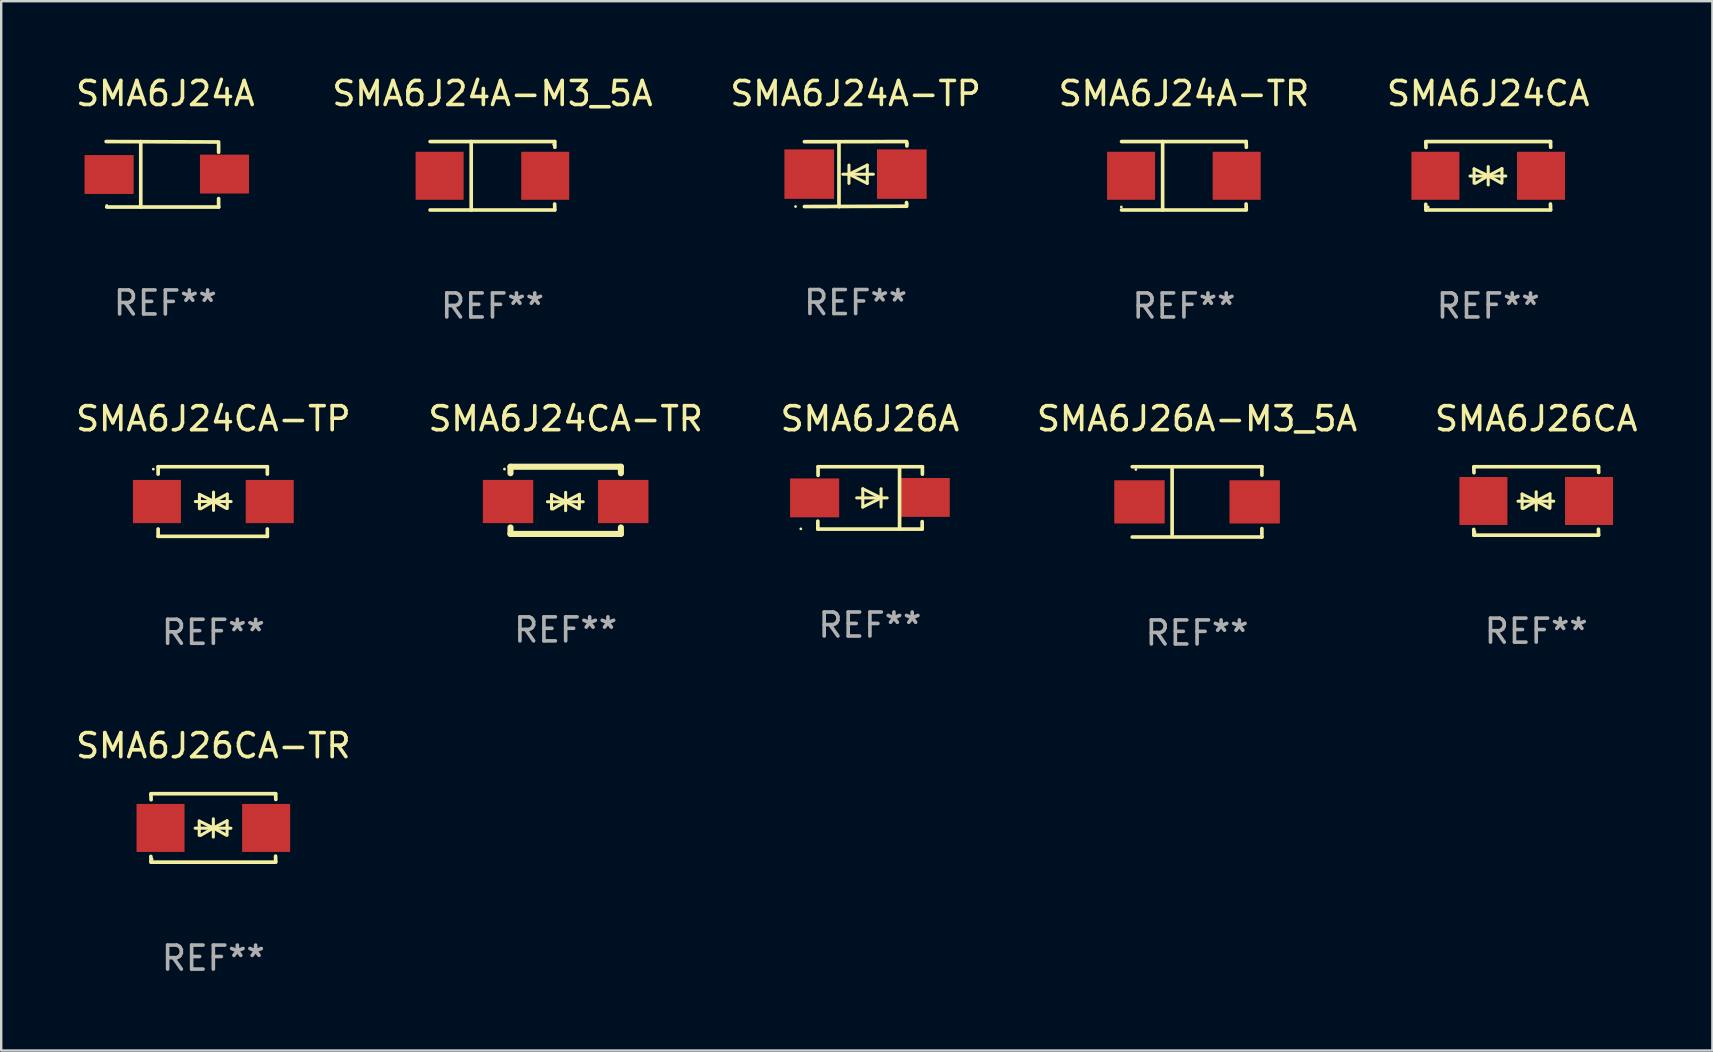
<source format=kicad_pcb>
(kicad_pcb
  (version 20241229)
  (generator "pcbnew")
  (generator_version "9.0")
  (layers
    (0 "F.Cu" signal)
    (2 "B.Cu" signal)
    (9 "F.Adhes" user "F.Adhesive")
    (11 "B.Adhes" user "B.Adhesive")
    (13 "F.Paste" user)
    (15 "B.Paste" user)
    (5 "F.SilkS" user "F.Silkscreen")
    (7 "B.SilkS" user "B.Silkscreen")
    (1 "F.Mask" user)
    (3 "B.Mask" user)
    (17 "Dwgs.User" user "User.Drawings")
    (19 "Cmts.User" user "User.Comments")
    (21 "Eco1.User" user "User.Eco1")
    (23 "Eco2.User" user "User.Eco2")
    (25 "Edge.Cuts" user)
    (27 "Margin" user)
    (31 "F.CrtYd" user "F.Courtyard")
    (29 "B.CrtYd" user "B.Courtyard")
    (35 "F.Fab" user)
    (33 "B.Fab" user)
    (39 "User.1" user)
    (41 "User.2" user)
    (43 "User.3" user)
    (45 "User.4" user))
  (footprint "SMA6J26A-M3_5A"
    (layer "F.Cu")
    (at 46.827 17.861)
    (property "Reference" "SMA6J26A-M3_5A" (at 0 -3.464 0) (layer "F.SilkS") (effects (font (size 1 1) (thickness 0.15))))
    (attr through_hole)
    (fp_line (start -2.701 -1.464) (end 2.701 -1.464) (stroke (width 0.152) (type solid)) (layer "F.SilkS"))
    (fp_line (start -2.701 1.464) (end 2.701 1.464) (stroke (width 0.152) (type solid)) (layer "F.SilkS"))
    (fp_line (start -1.039 -1.364) (end -1.039 1.364) (stroke (width 0.152) (type solid)) (layer "F.SilkS"))
    (fp_line (start 2.701 -1.464) (end 2.701 -1.113) (stroke (width 0.152) (type solid)) (layer "F.SilkS"))
    (fp_line (start 2.701 1.464) (end 2.701 1.113) (stroke (width 0.152) (type solid)) (layer "F.SilkS"))
    (fp_circle (center -2.55 -1.35) (end -2.52 -1.35) (stroke (width 0.06) (type solid)) (fill no) (layer "F.SilkS"))
    (fp_text user "REF**" (at 0 5.464 0) (layer "F.Fab") (effects (font (size 1 1) (thickness 0.15))))
    (pad "1" smd rect (at -2.4 0) (size 2.1 1.8) (layers "F.Cu" "F.Mask" "F.Paste"))
    (pad "2" smd rect (at 2.4 0) (size 2.1 1.8) (layers "F.Cu" "F.Mask" "F.Paste")))
  (footprint "SMA6J24A-M3_5A"
    (layer "F.Cu")
    (at 17.47 4.274)
    (property "Reference" "SMA6J24A-M3_5A" (at 0 -3.426 0) (layer "F.SilkS") (effects (font (size 1 1) (thickness 0.15))))
    (attr through_hole)
    (fp_line (start -2.6 -1.426) (end 2.593 -1.426) (stroke (width 0.152) (type solid)) (layer "F.SilkS"))
    (fp_line (start -2.6 1.426) (end 2.593 1.426) (stroke (width 0.152) (type solid)) (layer "F.SilkS"))
    (fp_line (start -0.887 -1.426) (end -0.887 1.426) (stroke (width 0.152) (type solid)) (layer "F.SilkS"))
    (fp_line (start 2.59 1.176) (end 2.597 1.415) (stroke (width 0.152) (type solid)) (layer "F.SilkS"))
    (fp_line (start 2.593 -1.426) (end 2.6 -1.187) (stroke (width 0.152) (type solid)) (layer "F.SilkS"))
    (fp_circle (center 2.547 -1.3) (end 2.577 -1.3) (stroke (width 0.06) (type solid)) (fill no) (layer "F.SilkS"))
    (fp_text user "REF**" (at 0 5.426 0) (layer "F.Fab") (effects (font (size 1 1) (thickness 0.15))))
    (pad "1" smd rect (at 2.197 -0.000025 180) (size 2 2) (layers "F.Cu" "F.Mask" "F.Paste"))
    (pad "2" smd rect (at -2.203 -0.000025 180) (size 2 2) (layers "F.Cu" "F.Mask" "F.Paste")))
  (footprint "SMA6J24A-TR"
    (layer "F.Cu")
    (at 46.28 4.274)
    (property "Reference" "SMA6J24A-TR" (at 0 -3.426 0) (layer "F.SilkS") (effects (font (size 1 1) (thickness 0.15))))
    (attr through_hole)
    (fp_line (start -2.6 -1.426) (end 2.593 -1.426) (stroke (width 0.152) (type solid)) (layer "F.SilkS"))
    (fp_line (start -2.6 1.426) (end 2.593 1.426) (stroke (width 0.152) (type solid)) (layer "F.SilkS"))
    (fp_line (start -0.887 -1.426) (end -0.887 1.426) (stroke (width 0.152) (type solid)) (layer "F.SilkS"))
    (fp_line (start 2.59 1.176) (end 2.597 1.415) (stroke (width 0.152) (type solid)) (layer "F.SilkS"))
    (fp_line (start 2.593 -1.426) (end 2.6 -1.187) (stroke (width 0.152) (type solid)) (layer "F.SilkS"))
    (fp_circle (center -2.608 1.3) (end -2.578 1.3) (stroke (width 0.06) (type solid)) (fill no) (layer "F.SilkS"))
    (fp_text user "REF**" (at 0 5.426 0) (layer "F.Fab") (effects (font (size 1 1) (thickness 0.15))))
    (pad "1" smd rect (at -2.203 0 180) (size 2 2) (layers "F.Cu" "F.Mask" "F.Paste"))
    (pad "2" smd rect (at 2.197 0 180) (size 2 2) (layers "F.Cu" "F.Mask" "F.Paste")))
  (footprint "SMA6J26A"
    (layer "F.Cu")
    (at 33.196 17.696)
    (property "Reference" "SMA6J26A" (at 0 -3.299 0) (layer "F.SilkS") (effects (font (size 1 1) (thickness 0.15))))
    (attr through_hole)
    (fp_line (start -2.17 0.969) (end -2.17 1.299) (stroke (width 0.152) (type solid)) (layer "F.SilkS"))
    (fp_line (start -2.17 1.299) (end 2.177 1.299) (stroke (width 0.152) (type solid)) (layer "F.SilkS"))
    (fp_line (start -2.16 -1.299) (end 2.186 -1.299) (stroke (width 0.152) (type solid)) (layer "F.SilkS"))
    (fp_line (start -2.16 -0.94) (end -2.16 -1.299) (stroke (width 0.152) (type solid)) (layer "F.SilkS"))
    (fp_line (start -0.551 -0.000483) (end 0.719 -0.000483) (stroke (width 0.127) (type solid)) (layer "F.SilkS"))
    (fp_line (start -0.297 -0.381) (end 0.465 -0.000483) (stroke (width 0.127) (type solid)) (layer "F.SilkS"))
    (fp_line (start -0.297 -0.000483) (end -0.297 -0.381) (stroke (width 0.127) (type solid)) (layer "F.SilkS"))
    (fp_line (start -0.297 -0.000483) (end -0.297 0.381) (stroke (width 0.127) (type solid)) (layer "F.SilkS"))
    (fp_line (start -0.297 0.381) (end 0.465 -0.000483) (stroke (width 0.127) (type solid)) (layer "F.SilkS"))
    (fp_line (start 0.465 -0.000483) (end 0.465 -0.381) (stroke (width 0.127) (type solid)) (layer "F.SilkS"))
    (fp_line (start 0.465 -0.000483) (end 0.465 0.381) (stroke (width 0.127) (type solid)) (layer "F.SilkS"))
    (fp_line (start 1.236 -1.299) (end 1.236 1.299) (stroke (width 0.152) (type solid)) (layer "F.SilkS"))
    (fp_line (start 2.177 1.299) (end 2.177 0.988) (stroke (width 0.152) (type solid)) (layer "F.SilkS"))
    (fp_line (start 2.186 -1.299) (end 2.186 -0.987) (stroke (width 0.152) (type solid)) (layer "F.SilkS"))
    (fp_circle (center -2.879 1.289) (end -2.849 1.289) (stroke (width 0.06) (type solid)) (fill no) (layer "F.SilkS"))
    (fp_text user "REF**" (at 0 5.299 0) (layer "F.Fab") (effects (font (size 1 1) (thickness 0.15))))
    (pad "1" smd rect (at -2.304 -0.001) (size 2.046 1.62) (layers "F.Cu" "F.Mask" "F.Paste"))
    (pad "2" smd rect (at 2.304 -0.02 180) (size 2.046 1.62) (layers "F.Cu" "F.Mask" "F.Paste")))
  (footprint "SMA6J24A"
    (layer "F.Cu")
    (at 3.839 4.212)
    (property "Reference" "SMA6J24A" (at 0 -3.364 0) (layer "F.SilkS") (effects (font (size 1 1) (thickness 0.15))))
    (attr through_hole)
    (fp_line (start -2.465 -1.364) (end 2.22 -1.346) (stroke (width 0.152) (type solid)) (layer "F.SilkS"))
    (fp_line (start -2.442 1.364) (end 2.226 1.364) (stroke (width 0.152) (type solid)) (layer "F.SilkS"))
    (fp_line (start -1.024 -1.364) (end -1.024 1.364) (stroke (width 0.152) (type solid)) (layer "F.SilkS"))
    (fp_line (start 2.22 -1.27) (end 2.22 -0.919) (stroke (width 0.152) (type solid)) (layer "F.SilkS"))
    (fp_line (start 2.22 1.364) (end 2.22 1.013) (stroke (width 0.152) (type solid)) (layer "F.SilkS"))
    (fp_circle (center -2.439 1.3) (end -2.409 1.3) (stroke (width 0.06) (type solid)) (fill no) (layer "F.SilkS"))
    (fp_text user "REF**" (at 0 5.364 0) (layer "F.Fab") (effects (font (size 1 1) (thickness 0.15))))
    (pad "1" smd rect (at -2.343 0.009) (size 2.046 1.62) (layers "F.Cu" "F.Mask" "F.Paste"))
    (pad "2" smd rect (at 2.465 -0.009 180) (size 2.046 1.62) (layers "F.Cu" "F.Mask" "F.Paste")))
  (footprint "SMA6J26CA"
    (layer "F.Cu")
    (at 60.958 17.823)
    (property "Reference" "SMA6J26CA" (at 0 -3.426 0) (layer "F.SilkS") (effects (font (size 1 1) (thickness 0.15))))
    (attr through_hole)
    (fp_line (start -2.596 -1.426) (end 2.596 -1.426) (stroke (width 0.152) (type solid)) (layer "F.SilkS"))
    (fp_line (start -2.596 1.426) (end -2.603 1.187) (stroke (width 0.152) (type solid)) (layer "F.SilkS"))
    (fp_line (start -2.596 1.426) (end 2.596 1.426) (stroke (width 0.152) (type solid)) (layer "F.SilkS"))
    (fp_line (start -2.593 -1.176) (end -2.6 -1.415) (stroke (width 0.152) (type solid)) (layer "F.SilkS"))
    (fp_line (start -0.758 0.011) (end 0.732 0.011) (stroke (width 0.127) (type solid)) (layer "F.SilkS"))
    (fp_line (start -0.588 -0.289) (end -0.588 0.311) (stroke (width 0.127) (type solid)) (layer "F.SilkS"))
    (fp_line (start -0.588 -0.289) (end 0 0) (stroke (width 0.127) (type solid)) (layer "F.SilkS"))
    (fp_line (start -0.528 0.311) (end 0 0) (stroke (width 0.127) (type solid)) (layer "F.SilkS"))
    (fp_line (start 0 0) (end 0 -0.381) (stroke (width 0.127) (type solid)) (layer "F.SilkS"))
    (fp_line (start 0 0) (end 0 0.381) (stroke (width 0.127) (type solid)) (layer "F.SilkS"))
    (fp_line (start 0.542 0.301) (end 0 0) (stroke (width 0.127) (type solid)) (layer "F.SilkS"))
    (fp_line (start 0.572 -0.299) (end 0 0) (stroke (width 0.127) (type solid)) (layer "F.SilkS"))
    (fp_line (start 0.572 -0.299) (end 0.572 0.301) (stroke (width 0.127) (type solid)) (layer "F.SilkS"))
    (fp_line (start 2.593 1.176) (end 2.6 1.415) (stroke (width 0.152) (type solid)) (layer "F.SilkS"))
    (fp_line (start 2.596 -1.426) (end 2.603 -1.187) (stroke (width 0.152) (type solid)) (layer "F.SilkS"))
    (fp_circle (center -2.55 1.3) (end -2.52 1.3) (stroke (width 0.06) (type solid)) (fill no) (layer "F.SilkS"))
    (fp_text user "REF**" (at 0 5.426 0) (layer "F.Fab") (effects (font (size 1 1) (thickness 0.15))))
    (pad "1" smd rect (at -2.2 0 180) (size 2 2) (layers "F.Cu" "F.Mask" "F.Paste"))
    (pad "2" smd rect (at 2.2 0 180) (size 2 2) (layers "F.Cu" "F.Mask" "F.Paste")))
  (footprint "SMA6J24CA-TR"
    (layer "F.Cu")
    (at 20.518 17.797)
    (property "Reference" "SMA6J24CA-TR" (at 0 -3.4 0) (layer "F.SilkS") (effects (font (size 1 1) (thickness 0.15))))
    (attr through_hole)
    (fp_line (start -2.298 -1.4) (end -2.298 -1.131) (stroke (width 0.254) (type solid)) (layer "F.SilkS"))
    (fp_line (start -2.298 -1.4) (end 2.302 -1.4) (stroke (width 0.254) (type solid)) (layer "F.SilkS"))
    (fp_line (start -2.298 1.131) (end -2.298 1.4) (stroke (width 0.254) (type solid)) (layer "F.SilkS"))
    (fp_line (start -2.298 1.4) (end 2.302 1.4) (stroke (width 0.254) (type solid)) (layer "F.SilkS"))
    (fp_line (start -0.758 0.06) (end 0.732 0.06) (stroke (width 0.127) (type solid)) (layer "F.SilkS"))
    (fp_line (start -0.588 -0.24) (end -0.588 0.36) (stroke (width 0.127) (type solid)) (layer "F.SilkS"))
    (fp_line (start -0.588 -0.24) (end 0.000025 0.049) (stroke (width 0.127) (type solid)) (layer "F.SilkS"))
    (fp_line (start -0.528 0.36) (end 0.000025 0.049) (stroke (width 0.127) (type solid)) (layer "F.SilkS"))
    (fp_line (start 0.000025 0.049) (end 0.000025 -0.332) (stroke (width 0.127) (type solid)) (layer "F.SilkS"))
    (fp_line (start 0.000025 0.049) (end 0.000025 0.43) (stroke (width 0.127) (type solid)) (layer "F.SilkS"))
    (fp_line (start 0.542 0.35) (end 0.000025 0.049) (stroke (width 0.127) (type solid)) (layer "F.SilkS"))
    (fp_line (start 0.572 -0.25) (end 0.000025 0.049) (stroke (width 0.127) (type solid)) (layer "F.SilkS"))
    (fp_line (start 0.572 -0.25) (end 0.572 0.35) (stroke (width 0.127) (type solid)) (layer "F.SilkS"))
    (fp_line (start 2.302 -1.4) (end 2.302 -1.131) (stroke (width 0.254) (type solid)) (layer "F.SilkS"))
    (fp_line (start 2.302 1.131) (end 2.302 1.4) (stroke (width 0.254) (type solid)) (layer "F.SilkS"))
    (fp_circle (center -2.549 -1.301) (end -2.519 -1.301) (stroke (width 0.06) (type solid)) (fill no) (layer "F.SilkS"))
    (fp_text user "REF**" (at 0 5.4 0) (layer "F.Fab") (effects (font (size 1 1) (thickness 0.15))))
    (pad "1" smd rect (at -2.4 0.049) (size 2.1 1.8) (layers "F.Cu" "F.Mask" "F.Paste"))
    (pad "2" smd rect (at 2.4 0.049) (size 2.1 1.8) (layers "F.Cu" "F.Mask" "F.Paste")))
  (footprint "SMA6J26CA-TR"
    (layer "F.Cu")
    (at 5.839 31.447)
    (property "Reference" "SMA6J26CA-TR" (at 0 -3.426 0) (layer "F.SilkS") (effects (font (size 1 1) (thickness 0.15))))
    (attr through_hole)
    (fp_line (start -2.596 -1.426) (end 2.596 -1.426) (stroke (width 0.152) (type solid)) (layer "F.SilkS"))
    (fp_line (start -2.596 1.426) (end -2.603 1.187) (stroke (width 0.152) (type solid)) (layer "F.SilkS"))
    (fp_line (start -2.596 1.426) (end 2.596 1.426) (stroke (width 0.152) (type solid)) (layer "F.SilkS"))
    (fp_line (start -2.593 -1.176) (end -2.6 -1.415) (stroke (width 0.152) (type solid)) (layer "F.SilkS"))
    (fp_line (start -0.758 0.011) (end 0.732 0.011) (stroke (width 0.127) (type solid)) (layer "F.SilkS"))
    (fp_line (start -0.588 -0.289) (end -0.588 0.311) (stroke (width 0.127) (type solid)) (layer "F.SilkS"))
    (fp_line (start -0.588 -0.289) (end 0 0) (stroke (width 0.127) (type solid)) (layer "F.SilkS"))
    (fp_line (start -0.528 0.311) (end 0 0) (stroke (width 0.127) (type solid)) (layer "F.SilkS"))
    (fp_line (start 0 0) (end 0 -0.381) (stroke (width 0.127) (type solid)) (layer "F.SilkS"))
    (fp_line (start 0 0) (end 0 0.381) (stroke (width 0.127) (type solid)) (layer "F.SilkS"))
    (fp_line (start 0.542 0.301) (end 0 0) (stroke (width 0.127) (type solid)) (layer "F.SilkS"))
    (fp_line (start 0.572 -0.299) (end 0 0) (stroke (width 0.127) (type solid)) (layer "F.SilkS"))
    (fp_line (start 0.572 -0.299) (end 0.572 0.301) (stroke (width 0.127) (type solid)) (layer "F.SilkS"))
    (fp_line (start 2.593 1.176) (end 2.6 1.415) (stroke (width 0.152) (type solid)) (layer "F.SilkS"))
    (fp_line (start 2.596 -1.426) (end 2.603 -1.187) (stroke (width 0.152) (type solid)) (layer "F.SilkS"))
    (fp_circle (center -2.55 1.3) (end -2.52 1.3) (stroke (width 0.06) (type solid)) (fill no) (layer "F.SilkS"))
    (fp_text user "REF**" (at 0 5.426 0) (layer "F.Fab") (effects (font (size 1 1) (thickness 0.15))))
    (pad "1" smd rect (at -2.2 0 180) (size 2 2) (layers "F.Cu" "F.Mask" "F.Paste"))
    (pad "2" smd rect (at 2.2 0 180) (size 2 2) (layers "F.Cu" "F.Mask" "F.Paste")))
  (footprint "SMA6J24CA"
    (layer "F.Cu")
    (at 58.958 4.274)
    (property "Reference" "SMA6J24CA" (at 0 -3.426 0) (layer "F.SilkS") (effects (font (size 1 1) (thickness 0.15))))
    (attr through_hole)
    (fp_line (start -2.596 -1.426) (end 2.596 -1.426) (stroke (width 0.152) (type solid)) (layer "F.SilkS"))
    (fp_line (start -2.596 1.426) (end -2.603 1.187) (stroke (width 0.152) (type solid)) (layer "F.SilkS"))
    (fp_line (start -2.596 1.426) (end 2.596 1.426) (stroke (width 0.152) (type solid)) (layer "F.SilkS"))
    (fp_line (start -2.593 -1.176) (end -2.6 -1.415) (stroke (width 0.152) (type solid)) (layer "F.SilkS"))
    (fp_line (start -0.758 0.011) (end 0.732 0.011) (stroke (width 0.127) (type solid)) (layer "F.SilkS"))
    (fp_line (start -0.588 -0.289) (end -0.588 0.311) (stroke (width 0.127) (type solid)) (layer "F.SilkS"))
    (fp_line (start -0.588 -0.289) (end 0 0) (stroke (width 0.127) (type solid)) (layer "F.SilkS"))
    (fp_line (start -0.528 0.311) (end 0 0) (stroke (width 0.127) (type solid)) (layer "F.SilkS"))
    (fp_line (start 0 0) (end 0 -0.381) (stroke (width 0.127) (type solid)) (layer "F.SilkS"))
    (fp_line (start 0 0) (end 0 0.381) (stroke (width 0.127) (type solid)) (layer "F.SilkS"))
    (fp_line (start 0.542 0.301) (end 0 0) (stroke (width 0.127) (type solid)) (layer "F.SilkS"))
    (fp_line (start 0.572 -0.299) (end 0 0) (stroke (width 0.127) (type solid)) (layer "F.SilkS"))
    (fp_line (start 0.572 -0.299) (end 0.572 0.301) (stroke (width 0.127) (type solid)) (layer "F.SilkS"))
    (fp_line (start 2.593 1.176) (end 2.6 1.415) (stroke (width 0.152) (type solid)) (layer "F.SilkS"))
    (fp_line (start 2.596 -1.426) (end 2.603 -1.187) (stroke (width 0.152) (type solid)) (layer "F.SilkS"))
    (fp_circle (center -2.5 1.3) (end -2.47 1.3) (stroke (width 0.06) (type solid)) (fill no) (layer "F.SilkS"))
    (fp_text user "REF**" (at 0 5.426 0) (layer "F.Fab") (effects (font (size 1 1) (thickness 0.15))))
    (pad "1" smd rect (at -2.2 0 180) (size 2 2) (layers "F.Cu" "F.Mask" "F.Paste"))
    (pad "2" smd rect (at 2.2 0 180) (size 2 2) (layers "F.Cu" "F.Mask" "F.Paste")))
  (footprint "SMA6J24CA-TP"
    (layer "F.Cu")
    (at 5.839 17.847)
    (property "Reference" "SMA6J24CA-TP" (at 0 -3.45 0) (layer "F.SilkS") (effects (font (size 1 1) (thickness 0.15))))
    (attr through_hole)
    (fp_line (start -2.3 -1.45) (end -2.3 -1.143) (stroke (width 0.152) (type solid)) (layer "F.SilkS"))
    (fp_line (start -2.3 -1.45) (end 2.25 -1.45) (stroke (width 0.152) (type solid)) (layer "F.SilkS"))
    (fp_line (start -2.3 1.45) (end -2.3 1.143) (stroke (width 0.152) (type solid)) (layer "F.SilkS"))
    (fp_line (start -0.75 0.000025) (end 0.74 0.000025) (stroke (width 0.127) (type solid)) (layer "F.SilkS"))
    (fp_line (start -0.58 -0.3) (end -0.58 0.3) (stroke (width 0.127) (type solid)) (layer "F.SilkS"))
    (fp_line (start -0.58 -0.3) (end 0.008 -0.011) (stroke (width 0.127) (type solid)) (layer "F.SilkS"))
    (fp_line (start -0.52 0.3) (end 0.008 -0.011) (stroke (width 0.127) (type solid)) (layer "F.SilkS"))
    (fp_line (start 0.008 -0.011) (end 0.008 -0.392) (stroke (width 0.127) (type solid)) (layer "F.SilkS"))
    (fp_line (start 0.008 -0.011) (end 0.008 0.37) (stroke (width 0.127) (type solid)) (layer "F.SilkS"))
    (fp_line (start 0.55 0.29) (end 0.008 -0.011) (stroke (width 0.127) (type solid)) (layer "F.SilkS"))
    (fp_line (start 0.58 -0.31) (end 0.008 -0.011) (stroke (width 0.127) (type solid)) (layer "F.SilkS"))
    (fp_line (start 0.58 -0.31) (end 0.58 0.29) (stroke (width 0.127) (type solid)) (layer "F.SilkS"))
    (fp_line (start 2.25 -1.45) (end 2.25 -1.143) (stroke (width 0.152) (type solid)) (layer "F.SilkS"))
    (fp_line (start 2.25 1.45) (end -2.3 1.45) (stroke (width 0.152) (type solid)) (layer "F.SilkS"))
    (fp_line (start 2.25 1.45) (end 2.25 1.143) (stroke (width 0.152) (type solid)) (layer "F.SilkS"))
    (fp_circle (center -2.5 -1.35) (end -2.47 -1.35) (stroke (width 0.06) (type solid)) (fill no) (layer "F.SilkS"))
    (fp_text user "REF**" (at 0 5.45 0) (layer "F.Fab") (effects (font (size 1 1) (thickness 0.15))))
    (pad "1" smd rect (at -2.35 -0.000025) (size 2 1.8) (layers "F.Cu" "F.Mask" "F.Paste"))
    (pad "2" smd rect (at 2.35 -0.000025) (size 2 1.8) (layers "F.Cu" "F.Mask" "F.Paste")))
  (footprint "SMA6J24A-TP"
    (layer "F.Cu")
    (at 32.601 4.203)
    (property "Reference" "SMA6J24A-TP" (at 0 -3.355 0) (layer "F.SilkS") (effects (font (size 1 1) (thickness 0.15))))
    (attr through_hole)
    (fp_line (start -2.134 -1.348) (end 2.12 -1.355) (stroke (width 0.152) (type solid)) (layer "F.SilkS"))
    (fp_line (start -2.134 1.353) (end 2.107 1.34) (stroke (width 0.152) (type solid)) (layer "F.SilkS"))
    (fp_line (start -0.694 -1.348) (end -0.694 1.355) (stroke (width 0.152) (type solid)) (layer "F.SilkS"))
    (fp_line (start -0.278 0.007) (end -0.278 -0.374) (stroke (width 0.127) (type solid)) (layer "F.SilkS"))
    (fp_line (start -0.278 0.007) (end -0.278 0.388) (stroke (width 0.127) (type solid)) (layer "F.SilkS"))
    (fp_line (start 0.484 -0.374) (end -0.278 0.007) (stroke (width 0.127) (type solid)) (layer "F.SilkS"))
    (fp_line (start 0.484 0.007) (end 0.484 -0.374) (stroke (width 0.127) (type solid)) (layer "F.SilkS"))
    (fp_line (start 0.484 0.007) (end 0.484 0.388) (stroke (width 0.127) (type solid)) (layer "F.SilkS"))
    (fp_line (start 0.484 0.388) (end -0.278 0.007) (stroke (width 0.127) (type solid)) (layer "F.SilkS"))
    (fp_line (start 0.738 0.007) (end -0.532 0.007) (stroke (width 0.127) (type solid)) (layer "F.SilkS"))
    (fp_line (start 2.12 1.186) (end 2.12 1.237) (stroke (width 0.152) (type solid)) (layer "F.SilkS"))
    (fp_line (start 2.127 1.25) (end 2.127 1.34) (stroke (width 0.152) (type solid)) (layer "F.SilkS"))
    (fp_line (start 2.134 -1.309) (end 2.134 -1.258) (stroke (width 0.152) (type solid)) (layer "F.SilkS"))
    (fp_line (start 2.134 -1.261) (end 2.134 -1.172) (stroke (width 0.152) (type solid)) (layer "F.SilkS"))
    (fp_circle (center -2.503 1.352) (end -2.473 1.352) (stroke (width 0.06) (type solid)) (fill no) (layer "F.SilkS"))
    (fp_text user "REF**" (at 0 5.355 0) (layer "F.Fab") (effects (font (size 1 1) (thickness 0.15))))
    (pad "1" smd rect (at -1.933 0.002 180) (size 2.07 2.06) (layers "F.Cu" "F.Mask" "F.Paste"))
    (pad "2" smd rect (at 1.925 0.002 180) (size 2.07 2.06) (layers "F.Cu" "F.Mask" "F.Paste")))
  (gr_rect
    (start -3 -3)
    (end 68.298 40.722)
    (stroke (width 0.1) (type default))
    (fill no)
    (layer "Edge.Cuts")))
</source>
